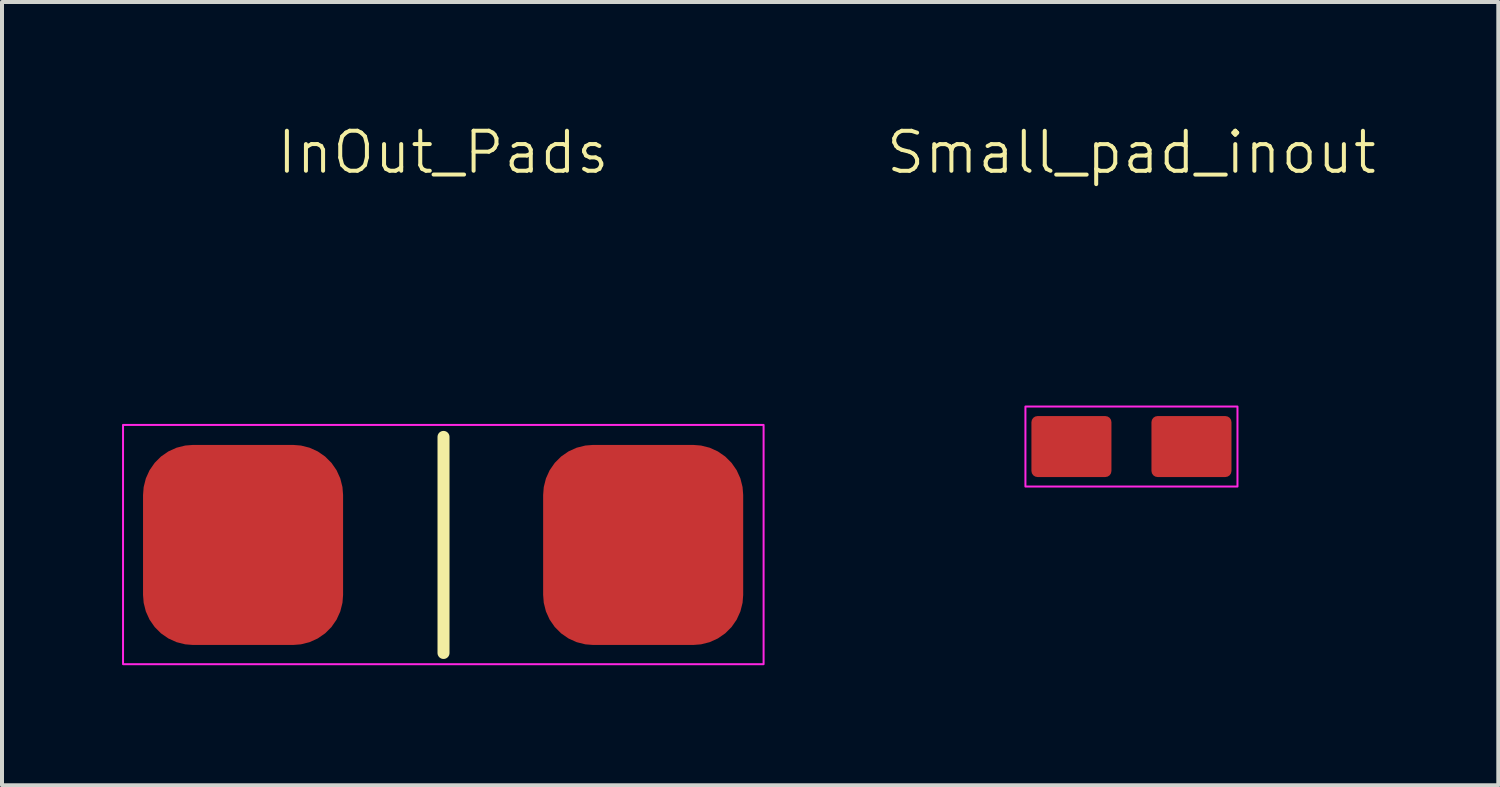
<source format=kicad_pcb>
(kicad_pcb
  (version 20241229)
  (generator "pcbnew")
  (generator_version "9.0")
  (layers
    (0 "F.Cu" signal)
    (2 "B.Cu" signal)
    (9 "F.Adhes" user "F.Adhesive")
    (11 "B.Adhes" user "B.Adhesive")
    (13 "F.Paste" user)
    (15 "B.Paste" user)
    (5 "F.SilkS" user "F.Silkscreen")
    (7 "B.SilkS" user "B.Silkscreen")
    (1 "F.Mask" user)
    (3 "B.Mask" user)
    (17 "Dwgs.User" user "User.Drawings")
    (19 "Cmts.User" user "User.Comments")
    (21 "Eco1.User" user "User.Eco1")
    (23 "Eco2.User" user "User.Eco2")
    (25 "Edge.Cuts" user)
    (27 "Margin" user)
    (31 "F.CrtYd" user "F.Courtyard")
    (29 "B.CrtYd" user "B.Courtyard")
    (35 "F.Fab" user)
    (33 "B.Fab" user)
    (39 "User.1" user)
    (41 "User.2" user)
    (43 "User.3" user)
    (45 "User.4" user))
  (footprint "Small_pad_inout"
    (layer "F.Cu")
    (at 25.229 8.111)
    (property "Reference" "Small_pad_inout" (at 0 -7.35 0) (unlocked yes) (layer "F.SilkS") (effects (font (size 1 1) (thickness 0.1))))
    (attr smd)
    (fp_rect (start -2.65 -1) (end 2.65 1) (stroke (width 0.05) (type default)) (fill no) (layer "F.CrtYd"))
    (pad "1" smd roundrect (at -1.5 0) (size 2 1.524) (layers "F.Cu" "F.Mask" "F.Paste") (roundrect_rratio 0.1))
    (pad "2" smd roundrect (at 1.5 0) (size 2 1.524) (layers "F.Cu" "F.Mask" "F.Paste") (roundrect_rratio 0.1)))
  (footprint "InOut_Pads"
    (layer "F.Cu")
    (at 8.025 10.57)
    (property "Reference" "InOut_Pads" (at 0 -9.81 0) (unlocked yes) (layer "F.SilkS") (effects (font (size 1 1) (thickness 0.1))))
    (attr smd)
    (fp_line (start 0.01 -2.7) (end 0.01 2.7) (stroke (width 0.3) (type default)) (layer "F.SilkS"))
    (fp_rect (start -8 -3) (end 8.01 2.98) (stroke (width 0.05) (type default)) (fill no) (layer "F.CrtYd"))
    (pad "1" smd roundrect (at -5 0) (size 5 5) (layers "F.Cu" "F.Mask" "F.Paste") (roundrect_rratio 0.25))
    (pad "2" smd roundrect (at 5 0) (size 5 5) (layers "F.Cu" "F.Mask" "F.Paste") (roundrect_rratio 0.25)))
  (gr_rect
    (start -3 -3)
    (end 34.398 16.576)
    (stroke (width 0.1) (type default))
    (fill no)
    (layer "Edge.Cuts")))
</source>
